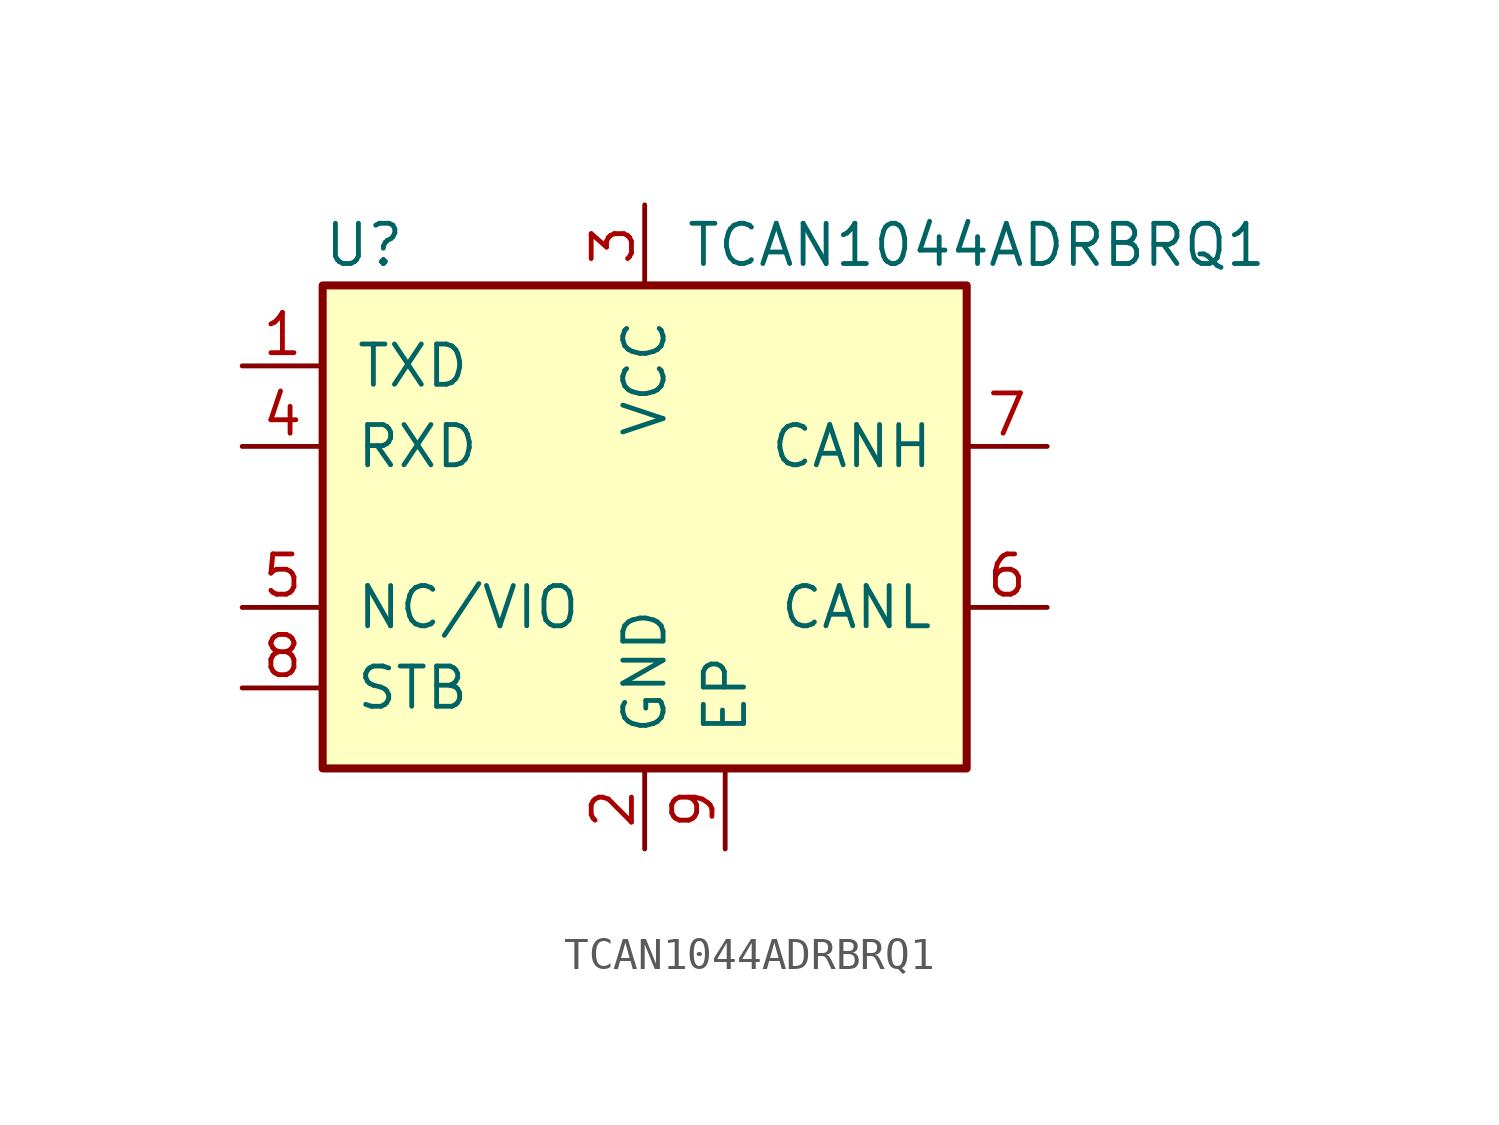
<source format=kicad_sym>
(kicad_symbol_lib
  (version 20231120)
  (generator "kicad_symbol_editor")
  (generator_version "8.0")
  (symbol "TCAN1044ADRBRQ1"
    (pin_names
      (offset 1.016))
    (property "Reference" "U"
      (at -10.16 8.89 0)
      (effects (font (size 1.27 1.27)) (justify left)))
    (property "Value" "TCAN1044ADRBRQ1"
      (at 1.27 8.89 0)
      (effects (font (size 1.27 1.27)) (justify left)))
    (symbol "TCAN1044ADRBRQ1_0_1"
      (rectangle (start -10.16 7.62) (end 10.16 -7.62) (stroke (width 0.254) (type default)) (fill (type background))))
    (symbol "TCAN1044ADRBRQ1_1_1"
      (pin input line (at -12.7 5.08 0) (length 2.54) (name "TXD" (effects (font (size 1.27 1.27)))) (number "1" (effects (font (size 1.27 1.27)))))
      (pin power_in line (at 0 -10.16 90) (length 2.54) (name "GND" (effects (font (size 1.27 1.27)))) (number "2" (effects (font (size 1.27 1.27)))))
      (pin power_in line (at 0 10.16 270) (length 2.54) (name "VCC" (effects (font (size 1.27 1.27)))) (number "3" (effects (font (size 1.27 1.27)))))
      (pin output line (at -12.7 2.54 0) (length 2.54) (name "RXD" (effects (font (size 1.27 1.27)))) (number "4" (effects (font (size 1.27 1.27)))))
      (pin power_in line (at -12.7 -2.54 0) (length 2.54) (name "NC/VIO" (effects (font (size 1.27 1.27)))) (number "5" (effects (font (size 1.27 1.27)))))
      (pin bidirectional line (at 12.7 -2.54 180) (length 2.54) (name "CANL" (effects (font (size 1.27 1.27)))) (number "6" (effects (font (size 1.27 1.27)))))
      (pin bidirectional line (at 12.7 2.54 180) (length 2.54) (name "CANH" (effects (font (size 1.27 1.27)))) (number "7" (effects (font (size 1.27 1.27)))))
      (pin input line (at -12.7 -5.08 0) (length 2.54) (name "STB" (effects (font (size 1.27 1.27)))) (number "8" (effects (font (size 1.27 1.27)))))
      (pin power_in line (at 2.54 -10.16 90) (length 2.54) (name "EP" (effects (font (size 1.27 1.27)))) (number "9" (effects (font (size 1.27 1.27))))))))
</source>
